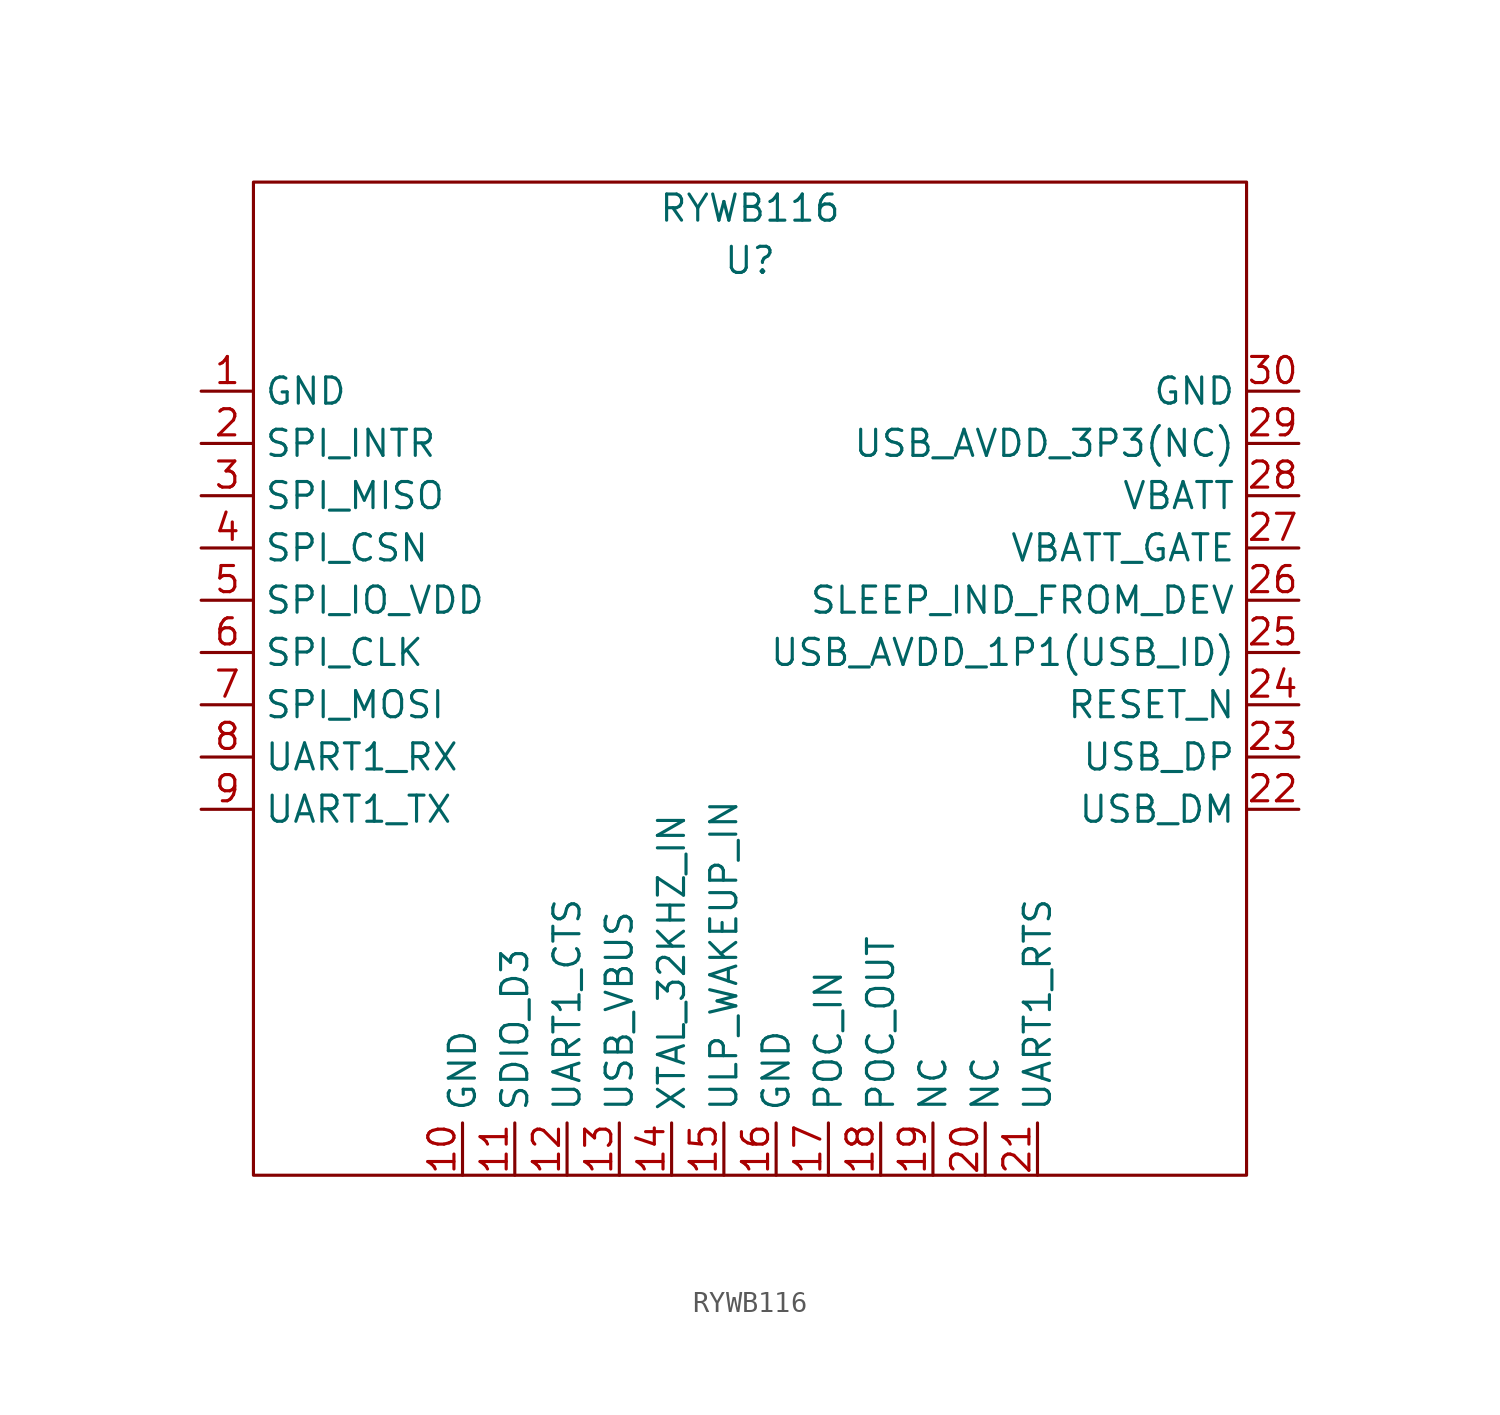
<source format=kicad_sym>
(kicad_symbol_lib
  (version 20211014)
  (generator kicad_symbol_editor)
  (symbol "RYWB116"
    (property "Reference" "U"
      (at 5.08 17.78 0)
      (effects (font (size 1.27 1.27))))
    (property "Value" "RYWB116"
      (at 5.08 20.32 0)
      (effects (font (size 1.27 1.27))))
    (symbol "RYWB116_0_1"
      (rectangle (start -19.05 21.59) (end 29.21 -26.67) (stroke (width 0) (type default) (color 0 0 0 0)) (fill (type none))))
    (symbol "RYWB116_1_0"
      (pin power_in line (at -8.89 -26.67 90) (length 2.54) (name "GND" (effects (font (size 1.27 1.27)))) (number "10" (effects (font (size 1.27 1.27)))))
      (pin bidirectional line (at -6.35 -26.67 90) (length 2.54) (name "SDIO_D3" (effects (font (size 1.27 1.27)))) (number "11" (effects (font (size 1.27 1.27)))))
      (pin input line (at -3.81 -26.67 90) (length 2.54) (name "UART1_CTS" (effects (font (size 1.27 1.27)))) (number "12" (effects (font (size 1.27 1.27)))))
      (pin input line (at -1.27 -26.67 90) (length 2.54) (name "USB_VBUS" (effects (font (size 1.27 1.27)))) (number "13" (effects (font (size 1.27 1.27)))))
      (pin input line (at 1.27 -26.67 90) (length 2.54) (name "XTAL_32KHZ_IN" (effects (font (size 1.27 1.27)))) (number "14" (effects (font (size 1.27 1.27)))))
      (pin input line (at 3.81 -26.67 90) (length 2.54) (name "ULP_WAKEUP_IN" (effects (font (size 1.27 1.27)))) (number "15" (effects (font (size 1.27 1.27)))))
      (pin power_in line (at 6.35 -26.67 90) (length 2.54) (name "GND" (effects (font (size 1.27 1.27)))) (number "16" (effects (font (size 1.27 1.27)))))
      (pin input line (at 8.89 -26.67 90) (length 2.54) (name "POC_IN" (effects (font (size 1.27 1.27)))) (number "17" (effects (font (size 1.27 1.27)))))
      (pin output line (at 11.43 -26.67 90) (length 2.54) (name "POC_OUT" (effects (font (size 1.27 1.27)))) (number "18" (effects (font (size 1.27 1.27)))))
      (pin unspecified line (at 13.97 -26.67 90) (length 2.54) (name "NC" (effects (font (size 1.27 1.27)))) (number "19" (effects (font (size 1.27 1.27)))))
      (pin output line (at -21.59 8.89 0) (length 2.54) (name "SPI_INTR" (effects (font (size 1.27 1.27)))) (number "2" (effects (font (size 1.27 1.27)))))
      (pin unspecified line (at 16.51 -26.67 90) (length 2.54) (name "NC" (effects (font (size 1.27 1.27)))) (number "20" (effects (font (size 1.27 1.27)))))
      (pin output line (at 19.05 -26.67 90) (length 2.54) (name "UART1_RTS" (effects (font (size 1.27 1.27)))) (number "21" (effects (font (size 1.27 1.27)))))
      (pin bidirectional line (at 31.75 -8.89 180) (length 2.54) (name "USB_DM" (effects (font (size 1.27 1.27)))) (number "22" (effects (font (size 1.27 1.27)))))
      (pin bidirectional line (at 31.75 -6.35 180) (length 2.54) (name "USB_DP" (effects (font (size 1.27 1.27)))) (number "23" (effects (font (size 1.27 1.27)))))
      (pin input line (at 31.75 -3.81 180) (length 2.54) (name "RESET_N" (effects (font (size 1.27 1.27)))) (number "24" (effects (font (size 1.27 1.27)))))
      (pin input line (at 31.75 -1.27 180) (length 2.54) (name "USB_AVDD_1P1(USB_ID)" (effects (font (size 1.27 1.27)))) (number "25" (effects (font (size 1.27 1.27)))))
      (pin output line (at 31.75 1.27 180) (length 2.54) (name "SLEEP_IND_FROM_DEV" (effects (font (size 1.27 1.27)))) (number "26" (effects (font (size 1.27 1.27)))))
      (pin input line (at 31.75 3.81 180) (length 2.54) (name "VBATT_GATE" (effects (font (size 1.27 1.27)))) (number "27" (effects (font (size 1.27 1.27)))))
      (pin input line (at 31.75 6.35 180) (length 2.54) (name "VBATT" (effects (font (size 1.27 1.27)))) (number "28" (effects (font (size 1.27 1.27)))))
      (pin unspecified line (at 31.75 8.89 180) (length 2.54) (name "USB_AVDD_3P3(NC)" (effects (font (size 1.27 1.27)))) (number "29" (effects (font (size 1.27 1.27)))))
      (pin output line (at -21.59 6.35 0) (length 2.54) (name "SPI_MISO" (effects (font (size 1.27 1.27)))) (number "3" (effects (font (size 1.27 1.27)))))
      (pin power_in line (at 31.75 11.43 180) (length 2.54) (name "GND" (effects (font (size 1.27 1.27)))) (number "30" (effects (font (size 1.27 1.27)))))
      (pin input line (at -21.59 3.81 0) (length 2.54) (name "SPI_CSN" (effects (font (size 1.27 1.27)))) (number "4" (effects (font (size 1.27 1.27)))))
      (pin input line (at -21.59 1.27 0) (length 2.54) (name "SPI_IO_VDD" (effects (font (size 1.27 1.27)))) (number "5" (effects (font (size 1.27 1.27)))))
      (pin input line (at -21.59 -1.27 0) (length 2.54) (name "SPI_CLK" (effects (font (size 1.27 1.27)))) (number "6" (effects (font (size 1.27 1.27)))))
      (pin input line (at -21.59 -3.81 0) (length 2.54) (name "SPI_MOSI" (effects (font (size 1.27 1.27)))) (number "7" (effects (font (size 1.27 1.27)))))
      (pin input line (at -21.59 -6.35 0) (length 2.54) (name "UART1_RX" (effects (font (size 1.27 1.27)))) (number "8" (effects (font (size 1.27 1.27)))))
      (pin output line (at -21.59 -8.89 0) (length 2.54) (name "UART1_TX" (effects (font (size 1.27 1.27)))) (number "9" (effects (font (size 1.27 1.27))))))
    (symbol "RYWB116_1_1"
      (pin power_in line (at -21.59 11.43 0) (length 2.54) (name "GND" (effects (font (size 1.27 1.27)))) (number "1" (effects (font (size 1.27 1.27))))))))
</source>
